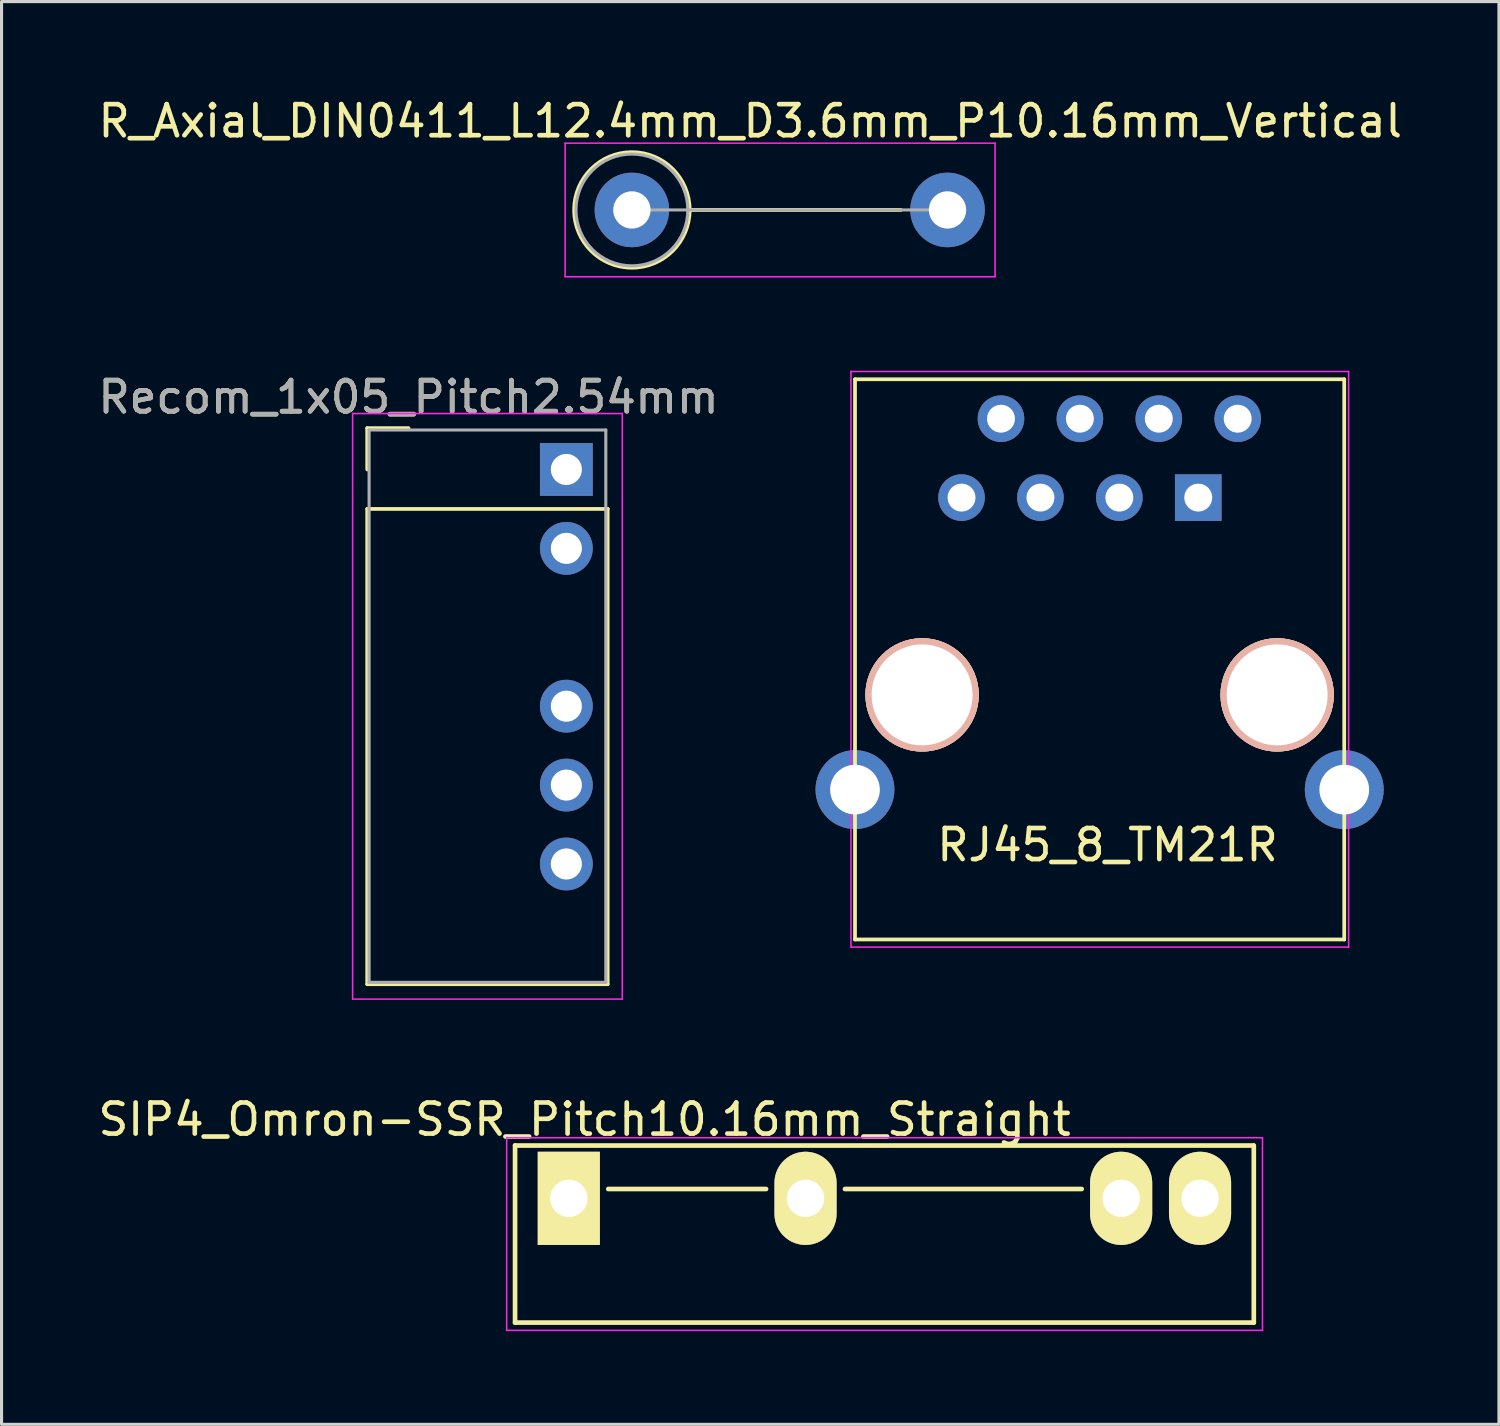
<source format=kicad_pcb>
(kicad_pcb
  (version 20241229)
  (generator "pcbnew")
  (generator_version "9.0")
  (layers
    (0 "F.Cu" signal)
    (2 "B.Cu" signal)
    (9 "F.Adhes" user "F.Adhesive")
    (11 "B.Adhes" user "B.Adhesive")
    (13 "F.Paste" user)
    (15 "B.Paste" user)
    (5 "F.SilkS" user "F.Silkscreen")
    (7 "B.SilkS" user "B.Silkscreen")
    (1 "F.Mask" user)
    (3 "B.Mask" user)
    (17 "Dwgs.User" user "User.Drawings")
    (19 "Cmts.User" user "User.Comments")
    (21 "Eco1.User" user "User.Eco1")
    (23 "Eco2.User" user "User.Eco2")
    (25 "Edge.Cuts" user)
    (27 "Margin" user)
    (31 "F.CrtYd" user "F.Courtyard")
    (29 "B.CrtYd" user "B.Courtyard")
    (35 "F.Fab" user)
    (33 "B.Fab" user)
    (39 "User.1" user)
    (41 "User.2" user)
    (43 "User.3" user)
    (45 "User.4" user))
  (footprint "RJ45_8_TM21R"
    (layer "F.Cu")
    (at 27.902 12.968)
    (property "Reference" "RJ45_8_TM21R" (at 4.7 11.18 0) (layer "F.SilkS") (effects (font (size 1 1) (thickness 0.15))))
    (attr through_hole)
    (fp_line (start -3.429 -3.81) (end -3.429 14.224) (stroke (width 0.12) (type solid)) (layer "F.SilkS"))
    (fp_line (start -3.429 14.224) (end 12.319 14.224) (stroke (width 0.12) (type solid)) (layer "F.SilkS"))
    (fp_line (start 12.319 -3.81) (end -3.429 -3.81) (stroke (width 0.12) (type solid)) (layer "F.SilkS"))
    (fp_line (start 12.319 -3.81) (end 12.319 14.224) (stroke (width 0.12) (type solid)) (layer "F.SilkS"))
    (fp_line (start -3.56 -4.06) (end -3.56 14.47) (stroke (width 0.05) (type solid)) (layer "F.CrtYd"))
    (fp_line (start -3.56 -4.06) (end 12.46 -4.06) (stroke (width 0.05) (type solid)) (layer "F.CrtYd"))
    (fp_line (start 12.46 14.47) (end -3.56 14.47) (stroke (width 0.05) (type solid)) (layer "F.CrtYd"))
    (fp_line (start 12.46 14.47) (end 12.46 -4.06) (stroke (width 0.05) (type solid)) (layer "F.CrtYd"))
    (pad "" np_thru_hole circle (at -1.27 6.35) (size 3.65 3.65) (drill 3.25) (layers "*.Cu" "*.SilkS" "*.Mask"))
    (pad "" np_thru_hole circle (at 10.16 6.35) (size 3.65 3.65) (drill 3.25) (layers "*.Cu" "*.SilkS" "*.Mask"))
    (pad "1" thru_hole rect (at 7.62 0) (size 1.5 1.5) (drill 0.9) (layers "*.Cu" "*.Mask"))
    (pad "2" thru_hole circle (at 8.89 -2.54) (size 1.5 1.5) (drill 0.9) (layers "*.Cu" "*.Mask"))
    (pad "3" thru_hole circle (at 6.35 -2.54) (size 1.5 1.5) (drill 0.9) (layers "*.Cu" "*.Mask"))
    (pad "4" thru_hole circle (at 5.08 0) (size 1.5 1.5) (drill 0.9) (layers "*.Cu" "*.Mask"))
    (pad "5" thru_hole circle (at 3.81 -2.54) (size 1.5 1.5) (drill 0.9) (layers "*.Cu" "*.Mask"))
    (pad "6" thru_hole circle (at 2.54 0) (size 1.5 1.5) (drill 0.9) (layers "*.Cu" "*.Mask"))
    (pad "7" thru_hole circle (at 0 0) (size 1.5 1.5) (drill 0.9) (layers "*.Cu" "*.Mask"))
    (pad "8" thru_hole circle (at 1.27 -2.54) (size 1.5 1.5) (drill 0.9) (layers "*.Cu" "*.Mask"))
    (pad "9" thru_hole circle (at -3.43 9.4) (size 2.54 2.54) (drill 1.6) (layers "*.Cu" "*.Mask"))
    (pad "9" thru_hole circle (at 12.32 9.4) (size 2.54 2.54) (drill 1.6) (layers "*.Cu" "*.Mask")))
  (footprint "SIP4_Omron-SSR_Pitch10.16mm_Straight"
    (layer "F.Cu")
    (at 15.26 35.525)
    (property "Reference" "SIP4_Omron-SSR_Pitch10.16mm_Straight" (at 0.508 -2.54 0) (layer "F.SilkS") (effects (font (size 1 1) (thickness 0.15))))
    (attr through_hole)
    (fp_line (start -1.73 -1.7) (end 22.04 -1.7) (stroke (width 0.15) (type solid)) (layer "F.SilkS"))
    (fp_line (start -1.73 4) (end -1.73 -1.7) (stroke (width 0.15) (type solid)) (layer "F.SilkS"))
    (fp_line (start 1.27 -0.3) (end 6.35 -0.3) (stroke (width 0.15) (type solid)) (layer "F.SilkS"))
    (fp_line (start 8.89 -0.3) (end 16.51 -0.3) (stroke (width 0.15) (type solid)) (layer "F.SilkS"))
    (fp_line (start 22.05 -1.7) (end 22.05 4) (stroke (width 0.15) (type solid)) (layer "F.SilkS"))
    (fp_line (start 22.05 4) (end -1.73 4) (stroke (width 0.15) (type solid)) (layer "F.SilkS"))
    (fp_line (start -2 -1.95) (end 22.33 -1.95) (stroke (width 0.05) (type solid)) (layer "F.CrtYd"))
    (fp_line (start -2 4.25) (end -2 -1.95) (stroke (width 0.05) (type solid)) (layer "F.CrtYd"))
    (fp_line (start 22.33 -1.95) (end 22.33 4.25) (stroke (width 0.05) (type solid)) (layer "F.CrtYd"))
    (fp_line (start 22.33 4.25) (end -2 4.25) (stroke (width 0.05) (type solid)) (layer "F.CrtYd"))
    (pad "1" thru_hole rect (at 0 0) (size 2 3) (drill 1.2) (layers "*.Cu" "*.Mask" "F.SilkS"))
    (pad "2" thru_hole oval (at 7.62 0) (size 2 3) (drill 1.2) (layers "*.Cu" "*.Mask" "F.SilkS"))
    (pad "3" thru_hole oval (at 17.78 0) (size 2 3) (drill 1.2) (layers "*.Cu" "*.Mask" "F.SilkS"))
    (pad "4" thru_hole oval (at 20.32 0) (size 2 3) (drill 1.2) (layers "*.Cu" "*.Mask" "F.SilkS")))
  (footprint "Recom_1x05_Pitch2.54mm"
    (layer "F.Cu")
    (at 10.101 12.062)
    (property "Reference" "Recom_1x05_Pitch2.54mm" (at 0 -2.33 0) (layer "F.SilkS") (effects (font (size 1 1) (thickness 0.15))))
    (attr through_hole)
    (fp_line (start -1.33 -1.33) (end 0 -1.33) (stroke (width 0.12) (type solid)) (layer "F.SilkS"))
    (fp_line (start -1.33 0) (end -1.33 -1.33) (stroke (width 0.12) (type solid)) (layer "F.SilkS"))
    (fp_line (start -1.33 1.27) (end -1.33 16.57) (stroke (width 0.12) (type solid)) (layer "F.SilkS"))
    (fp_line (start -1.33 16.57) (end 6.41 16.57) (stroke (width 0.12) (type solid)) (layer "F.SilkS"))
    (fp_line (start 6.41 1.27) (end -1.33 1.27) (stroke (width 0.12) (type solid)) (layer "F.SilkS"))
    (fp_line (start 6.41 16.57) (end 6.41 1.27) (stroke (width 0.12) (type solid)) (layer "F.SilkS"))
    (fp_line (start -1.8 -1.8) (end -1.8 17.05) (stroke (width 0.05) (type solid)) (layer "F.CrtYd"))
    (fp_line (start -1.8 17.05) (end 6.88 17.05) (stroke (width 0.05) (type solid)) (layer "F.CrtYd"))
    (fp_line (start 6.88 -1.8) (end -1.8 -1.8) (stroke (width 0.05) (type solid)) (layer "F.CrtYd"))
    (fp_line (start 6.88 17.05) (end 6.88 -1.8) (stroke (width 0.05) (type solid)) (layer "F.CrtYd"))
    (fp_line (start -1.27 -1.27) (end -1.27 16.51) (stroke (width 0.1) (type solid)) (layer "F.Fab"))
    (fp_line (start -1.27 16.51) (end 6.35 16.51) (stroke (width 0.1) (type solid)) (layer "F.Fab"))
    (fp_line (start 6.35 -1.27) (end -1.27 -1.27) (stroke (width 0.1) (type solid)) (layer "F.Fab"))
    (fp_line (start 6.35 16.51) (end 6.35 -1.27) (stroke (width 0.1) (type solid)) (layer "F.Fab"))
    (fp_text user "${REFERENCE}" (at 0 -2.33 0) (layer "F.Fab") (effects (font (size 1 1) (thickness 0.15))))
    (pad "1" thru_hole rect (at 5.08 0) (size 1.7 1.7) (drill 1) (layers "*.Cu" "*.Mask"))
    (pad "2" thru_hole oval (at 5.08 2.54) (size 1.7 1.7) (drill 1) (layers "*.Cu" "*.Mask"))
    (pad "4" thru_hole oval (at 5.08 7.62) (size 1.7 1.7) (drill 1) (layers "*.Cu" "*.Mask"))
    (pad "5" thru_hole oval (at 5.08 10.16) (size 1.7 1.7) (drill 1) (layers "*.Cu" "*.Mask"))
    (pad "6" thru_hole oval (at 5.08 12.7) (size 1.7 1.7) (drill 1) (layers "*.Cu" "*.Mask")))
  (footprint "R_Axial_DIN0411_L12.4mm_D3.6mm_P10.16mm_Vertical"
    (layer "F.Cu")
    (at 17.291 3.708)
    (property "Reference" "R_Axial_DIN0411_L12.4mm_D3.6mm_P10.16mm_Vertical" (at 3.81 -2.86 0) (layer "F.SilkS") (effects (font (size 1 1) (thickness 0.15))))
    (attr through_hole)
    (fp_line (start 1.86 0) (end 8.66 0) (stroke (width 0.12) (type solid)) (layer "F.SilkS"))
    (fp_circle (center 0 0) (end 1.86 0) (stroke (width 0.12) (type solid)) (fill no) (layer "F.SilkS"))
    (fp_line (start -2.15 -2.15) (end -2.15 2.15) (stroke (width 0.05) (type solid)) (layer "F.CrtYd"))
    (fp_line (start -2.15 2.15) (end 11.69 2.15) (stroke (width 0.05) (type solid)) (layer "F.CrtYd"))
    (fp_line (start 11.69 -2.15) (end -2.15 -2.15) (stroke (width 0.05) (type solid)) (layer "F.CrtYd"))
    (fp_line (start 11.69 2.15) (end 11.69 -2.15) (stroke (width 0.05) (type solid)) (layer "F.CrtYd"))
    (fp_line (start 0 0) (end 10.16 0) (stroke (width 0.1) (type solid)) (layer "F.Fab"))
    (fp_circle (center 0 0) (end 1.8 0) (stroke (width 0.1) (type solid)) (fill no) (layer "F.Fab"))
    (pad "1" thru_hole circle (at 0 0) (size 2.4 2.4) (drill 1.2) (layers "*.Cu" "*.Mask"))
    (pad "2" thru_hole oval (at 10.16 0) (size 2.4 2.4) (drill 1.2) (layers "*.Cu" "*.Mask")))
  (gr_rect
    (start -3 -3)
    (end 45.202 42.8)
    (stroke (width 0.1) (type default))
    (fill no)
    (layer "Edge.Cuts")))
</source>
